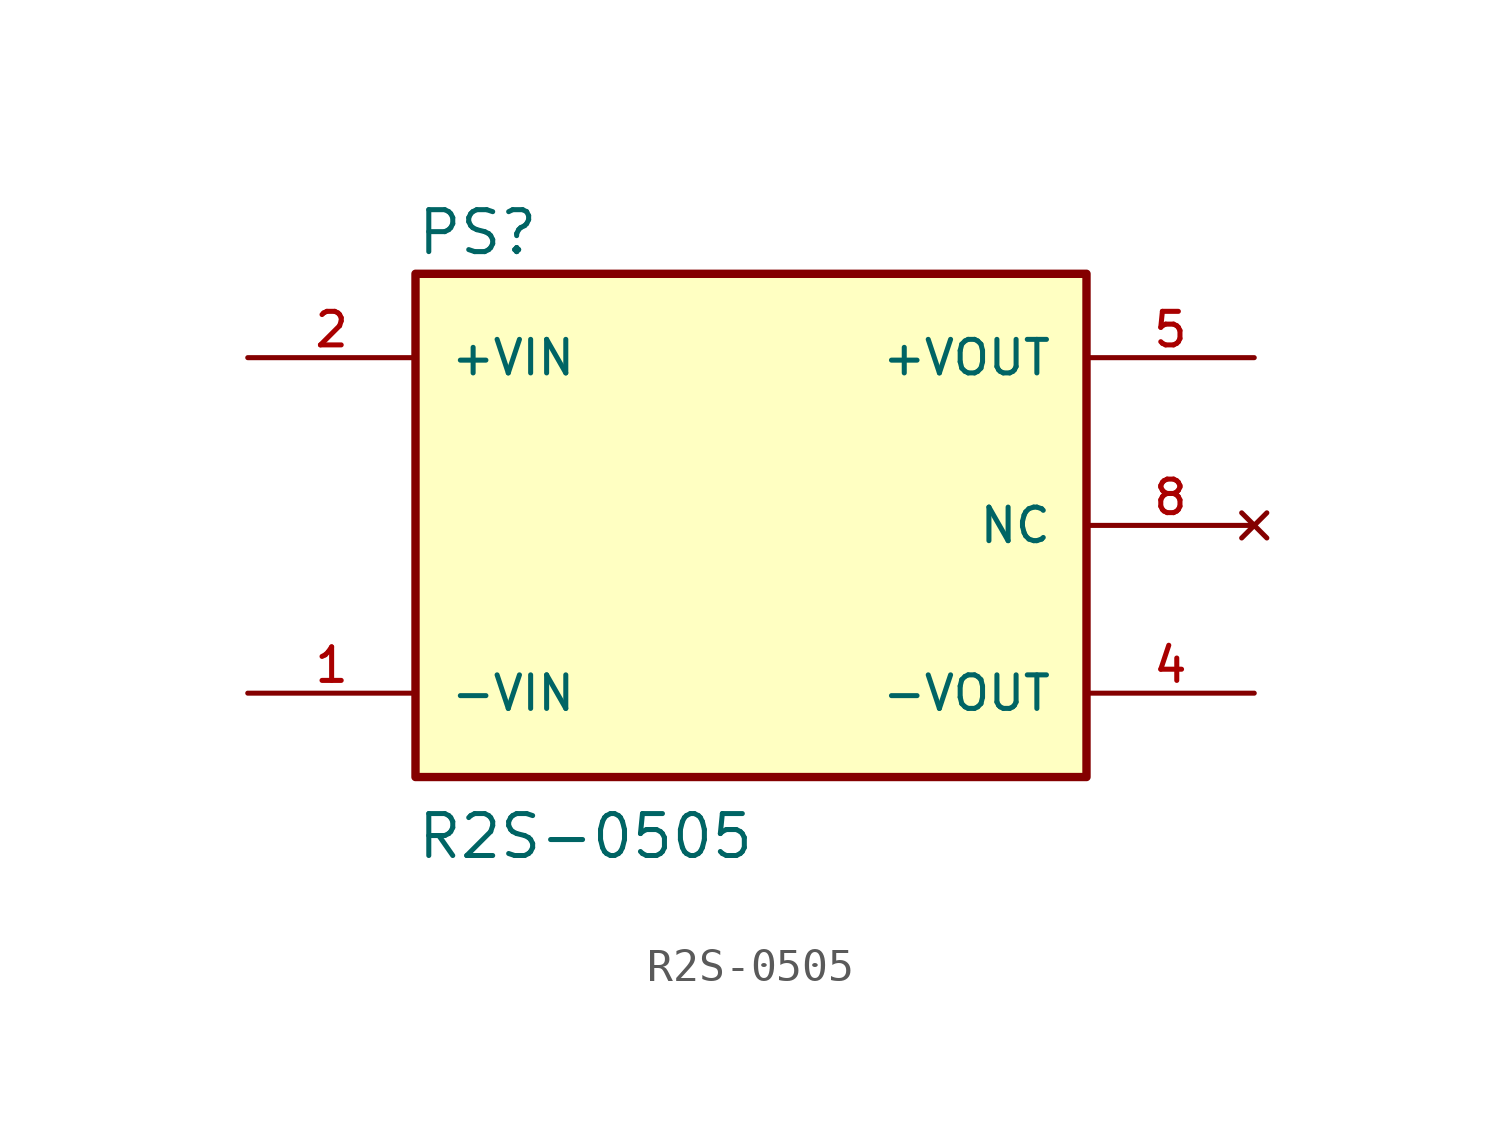
<source format=kicad_sym>
(kicad_symbol_lib
  (version 20211014)
  (generator kicad_symbol_editor)
  (symbol "R2S-0505"
    (pin_names
      (offset 1.016))
    (property "Reference" "PS"
      (at -10.16 8.128 0)
      (effects (font (size 1.27 1.27)) (justify left bottom)))
    (property "Value" "R2S-0505"
      (at -10.16 -10.16 0)
      (effects (font (size 1.27 1.27)) (justify left bottom)))
    (property "ki_locked" ""
      (at 0 0 0)
      (effects (font (size 1.27 1.27))))
    (symbol "R2S-0505_0_0"
      (rectangle (start -10.16 -7.62) (end 10.16 7.62) (stroke (width 0.254) (type default) (color 0 0 0 0)) (fill (type background)))
      (pin input line (at -15.24 -5.08 0) (length 5.08) (name "-VIN" (effects (font (size 1.016 1.016)))) (number "1" (effects (font (size 1.016 1.016)))))
      (pin input line (at -15.24 5.08 0) (length 5.08) (name "+VIN" (effects (font (size 1.016 1.016)))) (number "2" (effects (font (size 1.016 1.016)))))
      (pin output line (at 15.24 -5.08 180) (length 5.08) (name "-VOUT" (effects (font (size 1.016 1.016)))) (number "4" (effects (font (size 1.016 1.016)))))
      (pin output line (at 15.24 5.08 180) (length 5.08) (name "+VOUT" (effects (font (size 1.016 1.016)))) (number "5" (effects (font (size 1.016 1.016)))))
      (pin no_connect line (at 15.24 0 180) (length 5.08) (name "NC" (effects (font (size 1.016 1.016)))) (number "8" (effects (font (size 1.016 1.016))))))))
</source>
